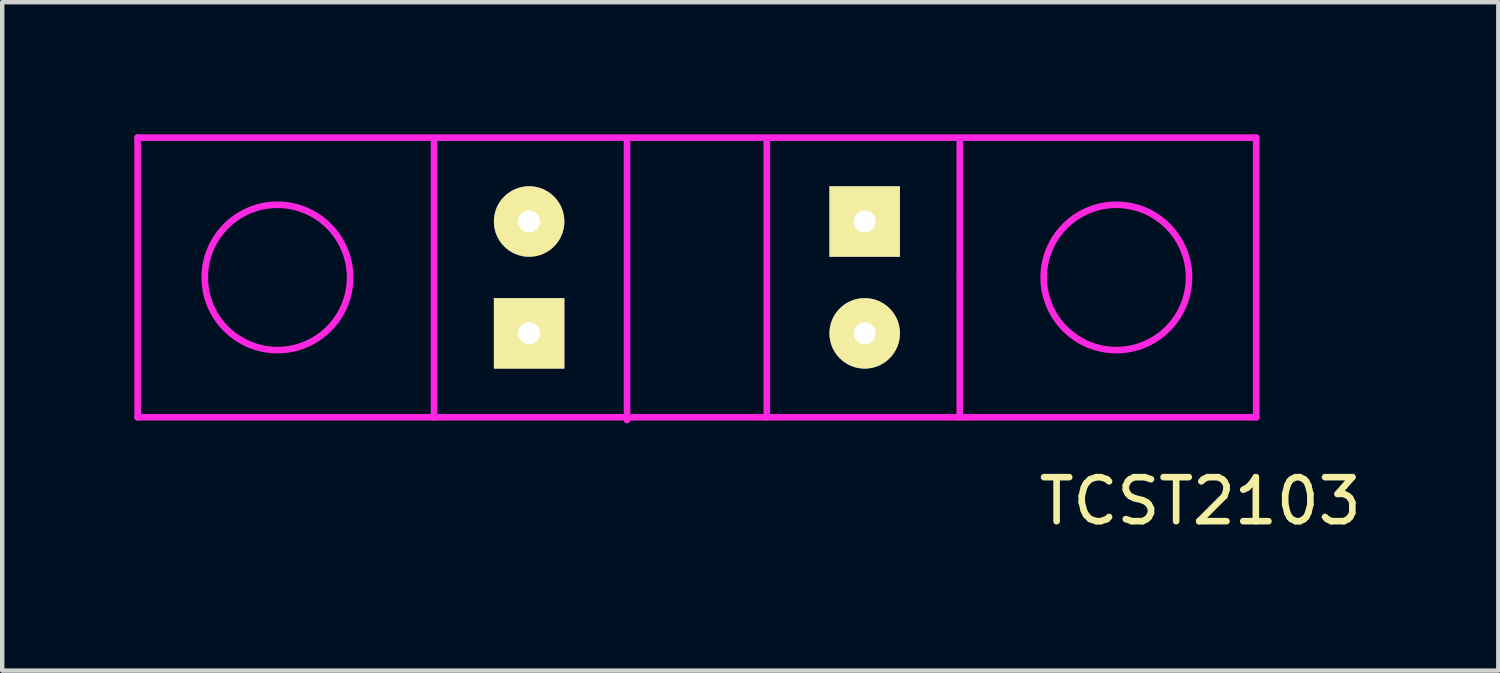
<source format=kicad_pcb>
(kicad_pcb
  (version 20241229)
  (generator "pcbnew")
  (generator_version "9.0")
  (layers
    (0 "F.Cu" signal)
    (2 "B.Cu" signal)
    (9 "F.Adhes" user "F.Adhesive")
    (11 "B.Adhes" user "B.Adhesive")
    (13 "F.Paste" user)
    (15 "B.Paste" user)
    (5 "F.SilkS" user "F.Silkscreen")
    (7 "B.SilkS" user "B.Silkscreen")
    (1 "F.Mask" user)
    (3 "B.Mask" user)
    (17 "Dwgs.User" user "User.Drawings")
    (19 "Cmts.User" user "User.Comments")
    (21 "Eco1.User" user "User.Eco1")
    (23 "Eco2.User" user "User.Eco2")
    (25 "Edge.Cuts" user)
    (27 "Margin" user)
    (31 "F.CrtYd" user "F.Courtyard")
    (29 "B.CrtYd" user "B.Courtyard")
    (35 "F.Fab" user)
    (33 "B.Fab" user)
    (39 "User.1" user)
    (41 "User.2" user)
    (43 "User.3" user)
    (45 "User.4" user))
  (footprint "TCST2103"
    (layer "F.Cu")
    (at 12.775 3.25)
    (property "Reference" "TCST2103" (at 11.43 5.08 0) (layer "F.SilkS") (effects (font (size 1 1) (thickness 0.15))))
    (attr through_hole)
    (fp_line (start -12.7 -3.175) (end -12.7 3.175) (stroke (width 0.15) (type solid)) (layer "F.CrtYd"))
    (fp_line (start -12.7 -3.175) (end 12.7 -3.175) (stroke (width 0.15) (type solid)) (layer "F.CrtYd"))
    (fp_line (start -5.969 -3.111) (end -5.969 3.175) (stroke (width 0.15) (type solid)) (layer "F.CrtYd"))
    (fp_line (start -1.587 -3.111) (end -1.587 3.239) (stroke (width 0.15) (type solid)) (layer "F.CrtYd"))
    (fp_line (start 1.587 -3.111) (end 1.587 3.175) (stroke (width 0.15) (type solid)) (layer "F.CrtYd"))
    (fp_line (start 5.969 0) (end 5.969 -3.111) (stroke (width 0.15) (type solid)) (layer "F.CrtYd"))
    (fp_line (start 5.969 0) (end 5.969 3.175) (stroke (width 0.15) (type solid)) (layer "F.CrtYd"))
    (fp_line (start 12.7 -3.175) (end 12.7 3.175) (stroke (width 0.15) (type solid)) (layer "F.CrtYd"))
    (fp_line (start 12.7 3.175) (end -12.7 3.175) (stroke (width 0.15) (type solid)) (layer "F.CrtYd"))
    (fp_circle (center -9.525 0) (end -11.175 0) (stroke (width 0.15) (type solid)) (fill no) (layer "F.CrtYd"))
    (fp_circle (center 9.525 0) (end 11.175 0) (stroke (width 0.15) (type solid)) (fill no) (layer "F.CrtYd"))
    (pad "1" thru_hole circle (at -3.81 -1.27) (size 1.6 1.6) (drill 0.5) (layers "*.Cu" "*.Mask" "F.SilkS"))
    (pad "2" thru_hole rect (at -3.81 1.27) (size 1.6 1.6) (drill 0.5) (layers "*.Cu" "*.Mask" "F.SilkS"))
    (pad "3" thru_hole circle (at 3.81 1.27) (size 1.6 1.6) (drill 0.5) (layers "*.Cu" "*.Mask" "F.SilkS"))
    (pad "4" thru_hole rect (at 3.81 -1.27) (size 1.6 1.6) (drill 0.5) (layers "*.Cu" "*.Mask" "F.SilkS")))
  (gr_rect
    (start -3 -3)
    (end 30.973 12.178)
    (stroke (width 0.1) (type default))
    (fill no)
    (layer "Edge.Cuts")))
</source>
